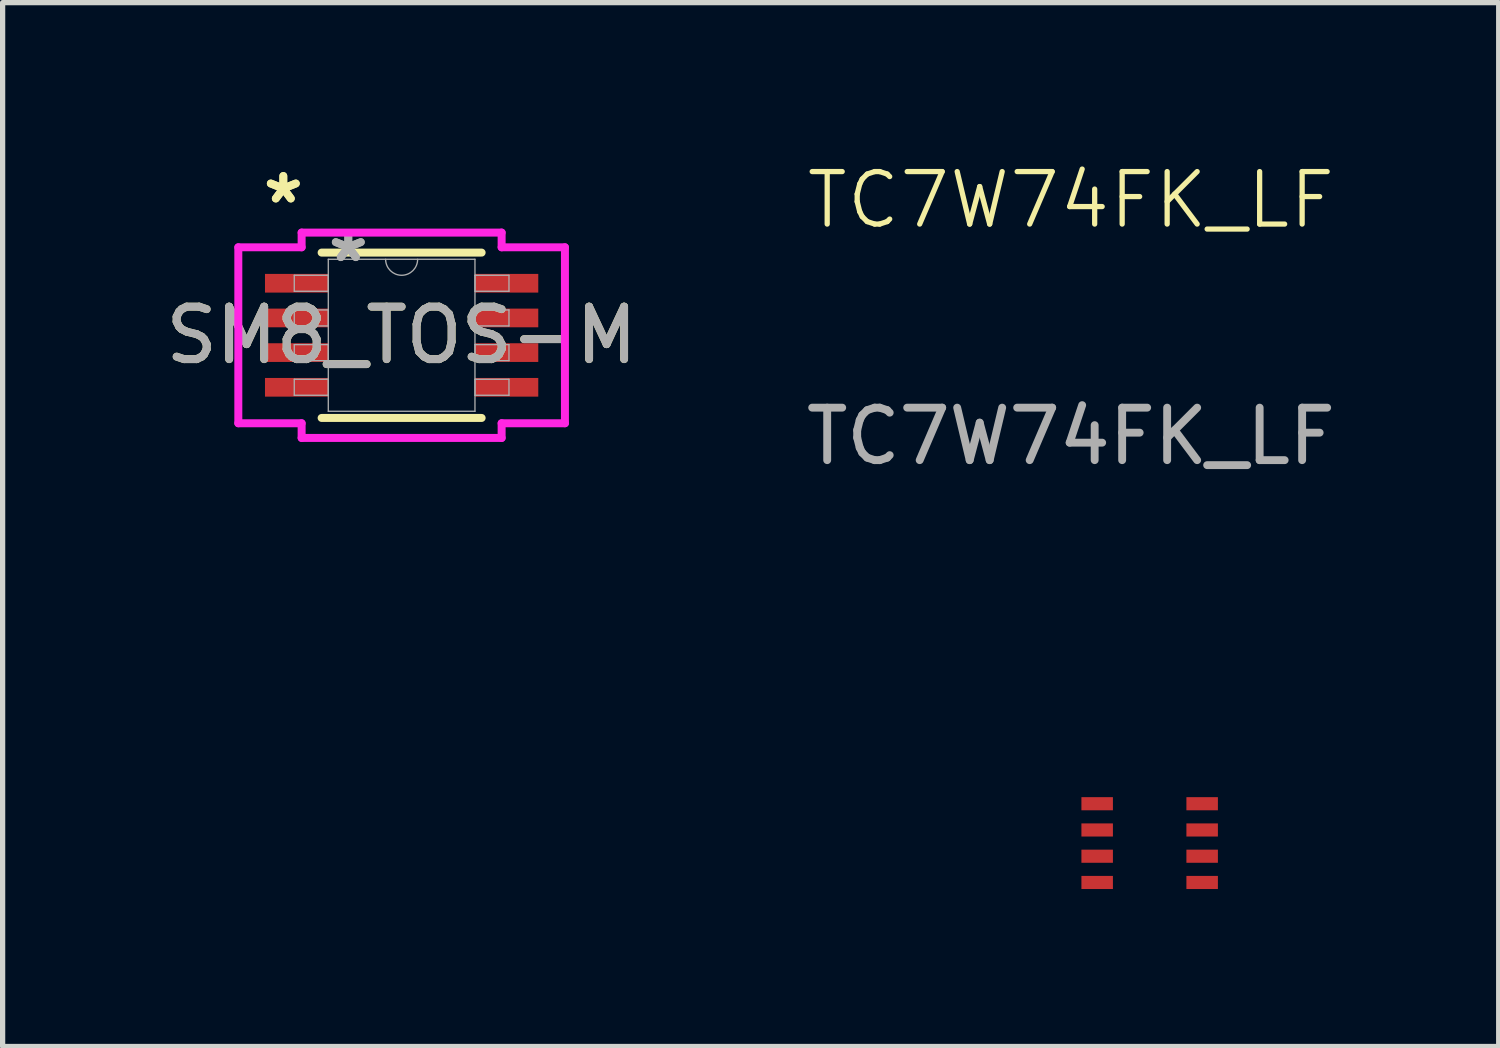
<source format=kicad_pcb>
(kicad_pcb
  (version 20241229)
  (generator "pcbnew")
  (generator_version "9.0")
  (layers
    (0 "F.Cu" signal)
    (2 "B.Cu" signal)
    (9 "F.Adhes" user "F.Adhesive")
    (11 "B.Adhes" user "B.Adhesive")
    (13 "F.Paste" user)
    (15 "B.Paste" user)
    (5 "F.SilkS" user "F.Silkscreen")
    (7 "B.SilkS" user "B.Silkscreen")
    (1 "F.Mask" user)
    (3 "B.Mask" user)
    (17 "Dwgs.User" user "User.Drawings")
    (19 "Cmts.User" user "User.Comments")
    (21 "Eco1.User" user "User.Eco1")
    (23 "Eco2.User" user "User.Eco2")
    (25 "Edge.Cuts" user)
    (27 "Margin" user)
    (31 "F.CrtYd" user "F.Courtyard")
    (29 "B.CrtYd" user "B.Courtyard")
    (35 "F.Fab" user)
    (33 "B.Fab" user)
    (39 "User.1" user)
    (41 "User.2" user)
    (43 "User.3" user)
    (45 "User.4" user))
  (footprint "TC7W74FK_LF"
    (layer "F.Cu")
    (at 17.351 12.261)
    (property "Reference" "TC7W74FK_LF" (at 0 -11.5 0) (unlocked yes) (layer "F.SilkS") (effects (font (size 1 1) (thickness 0.1))))
    (attr smd)
    (fp_text user "${REFERENCE}" (at 0 -7 0) (unlocked yes) (layer "F.Fab") (effects (font (size 1 1) (thickness 0.15))))
    (pad "1" smd rect (at 0.5 0) (size 0.6 0.25) (layers "F.Cu" "F.Mask" "F.Paste"))
    (pad "1" smd rect (at 2.5 0) (size 0.6 0.25) (layers "F.Cu" "F.Mask" "F.Paste"))
    (pad "2" smd rect (at 0.5 0.5) (size 0.6 0.25) (layers "F.Cu" "F.Mask" "F.Paste"))
    (pad "2" smd rect (at 2.5 0.5) (size 0.6 0.25) (layers "F.Cu" "F.Mask" "F.Paste"))
    (pad "3" smd rect (at 0.5 1) (size 0.6 0.25) (layers "F.Cu" "F.Mask" "F.Paste"))
    (pad "3" smd rect (at 2.5 1) (size 0.6 0.25) (layers "F.Cu" "F.Mask" "F.Paste"))
    (pad "4" smd rect (at 0.5 1.5) (size 0.6 0.25) (layers "F.Cu" "F.Mask" "F.Paste"))
    (pad "4" smd rect (at 2.5 1.5) (size 0.6 0.25) (layers "F.Cu" "F.Mask" "F.Paste")))
  (footprint "SM8_TOS-M"
    (layer "F.Cu")
    (at 4.601 3.337)
    (property "Reference" "SM8_TOS-M" (at 0 0 0) (unlocked yes) (layer "F.SilkS") (effects (font (size 1 1) (thickness 0.15))))
    (attr smd)
    (fp_line (start -1.524 1.575) (end 1.524 1.575) (stroke (width 0.152) (type solid)) (layer "F.SilkS"))
    (fp_line (start 1.524 -1.575) (end -1.524 -1.575) (stroke (width 0.152) (type solid)) (layer "F.SilkS"))
    (fp_line (start -3.111 -1.676) (end -1.905 -1.676) (stroke (width 0.152) (type solid)) (layer "F.CrtYd"))
    (fp_line (start -3.111 1.676) (end -3.111 -1.676) (stroke (width 0.152) (type solid)) (layer "F.CrtYd"))
    (fp_line (start -3.111 1.676) (end -1.905 1.676) (stroke (width 0.152) (type solid)) (layer "F.CrtYd"))
    (fp_line (start -1.905 -1.956) (end 1.905 -1.956) (stroke (width 0.152) (type solid)) (layer "F.CrtYd"))
    (fp_line (start -1.905 -1.676) (end -1.905 -1.956) (stroke (width 0.152) (type solid)) (layer "F.CrtYd"))
    (fp_line (start -1.905 1.956) (end -1.905 1.676) (stroke (width 0.152) (type solid)) (layer "F.CrtYd"))
    (fp_line (start 1.905 -1.956) (end 1.905 -1.676) (stroke (width 0.152) (type solid)) (layer "F.CrtYd"))
    (fp_line (start 1.905 1.676) (end 1.905 1.956) (stroke (width 0.152) (type solid)) (layer "F.CrtYd"))
    (fp_line (start 1.905 1.956) (end -1.905 1.956) (stroke (width 0.152) (type solid)) (layer "F.CrtYd"))
    (fp_line (start 3.111 -1.676) (end 1.905 -1.676) (stroke (width 0.152) (type solid)) (layer "F.CrtYd"))
    (fp_line (start 3.111 -1.676) (end 3.111 1.676) (stroke (width 0.152) (type solid)) (layer "F.CrtYd"))
    (fp_line (start 3.111 1.676) (end 1.905 1.676) (stroke (width 0.152) (type solid)) (layer "F.CrtYd"))
    (fp_line (start -2.045 -1.143) (end -2.045 -0.838) (stroke (width 0.025) (type solid)) (layer "F.Fab"))
    (fp_line (start -2.045 -0.838) (end -1.397 -0.838) (stroke (width 0.025) (type solid)) (layer "F.Fab"))
    (fp_line (start -2.045 -0.483) (end -2.045 -0.178) (stroke (width 0.025) (type solid)) (layer "F.Fab"))
    (fp_line (start -2.045 -0.178) (end -1.397 -0.178) (stroke (width 0.025) (type solid)) (layer "F.Fab"))
    (fp_line (start -2.045 0.178) (end -2.045 0.483) (stroke (width 0.025) (type solid)) (layer "F.Fab"))
    (fp_line (start -2.045 0.483) (end -1.397 0.483) (stroke (width 0.025) (type solid)) (layer "F.Fab"))
    (fp_line (start -2.045 0.838) (end -2.045 1.143) (stroke (width 0.025) (type solid)) (layer "F.Fab"))
    (fp_line (start -2.045 1.143) (end -1.397 1.143) (stroke (width 0.025) (type solid)) (layer "F.Fab"))
    (fp_line (start -1.397 -1.448) (end -1.397 1.448) (stroke (width 0.025) (type solid)) (layer "F.Fab"))
    (fp_line (start -1.397 -1.143) (end -2.045 -1.143) (stroke (width 0.025) (type solid)) (layer "F.Fab"))
    (fp_line (start -1.397 -0.838) (end -1.397 -1.143) (stroke (width 0.025) (type solid)) (layer "F.Fab"))
    (fp_line (start -1.397 -0.483) (end -2.045 -0.483) (stroke (width 0.025) (type solid)) (layer "F.Fab"))
    (fp_line (start -1.397 -0.178) (end -1.397 -0.483) (stroke (width 0.025) (type solid)) (layer "F.Fab"))
    (fp_line (start -1.397 0.178) (end -2.045 0.178) (stroke (width 0.025) (type solid)) (layer "F.Fab"))
    (fp_line (start -1.397 0.483) (end -1.397 0.178) (stroke (width 0.025) (type solid)) (layer "F.Fab"))
    (fp_line (start -1.397 0.838) (end -2.045 0.838) (stroke (width 0.025) (type solid)) (layer "F.Fab"))
    (fp_line (start -1.397 1.143) (end -1.397 0.838) (stroke (width 0.025) (type solid)) (layer "F.Fab"))
    (fp_line (start -1.397 1.448) (end 1.397 1.448) (stroke (width 0.025) (type solid)) (layer "F.Fab"))
    (fp_line (start 1.397 -1.448) (end -1.397 -1.448) (stroke (width 0.025) (type solid)) (layer "F.Fab"))
    (fp_line (start 1.397 -1.143) (end 1.397 -0.838) (stroke (width 0.025) (type solid)) (layer "F.Fab"))
    (fp_line (start 1.397 -0.838) (end 2.045 -0.838) (stroke (width 0.025) (type solid)) (layer "F.Fab"))
    (fp_line (start 1.397 -0.483) (end 1.397 -0.178) (stroke (width 0.025) (type solid)) (layer "F.Fab"))
    (fp_line (start 1.397 -0.178) (end 2.045 -0.178) (stroke (width 0.025) (type solid)) (layer "F.Fab"))
    (fp_line (start 1.397 0.178) (end 1.397 0.483) (stroke (width 0.025) (type solid)) (layer "F.Fab"))
    (fp_line (start 1.397 0.483) (end 2.045 0.483) (stroke (width 0.025) (type solid)) (layer "F.Fab"))
    (fp_line (start 1.397 0.838) (end 1.397 1.143) (stroke (width 0.025) (type solid)) (layer "F.Fab"))
    (fp_line (start 1.397 1.143) (end 2.045 1.143) (stroke (width 0.025) (type solid)) (layer "F.Fab"))
    (fp_line (start 1.397 1.448) (end 1.397 -1.448) (stroke (width 0.025) (type solid)) (layer "F.Fab"))
    (fp_line (start 2.045 -1.143) (end 1.397 -1.143) (stroke (width 0.025) (type solid)) (layer "F.Fab"))
    (fp_line (start 2.045 -0.838) (end 2.045 -1.143) (stroke (width 0.025) (type solid)) (layer "F.Fab"))
    (fp_line (start 2.045 -0.483) (end 1.397 -0.483) (stroke (width 0.025) (type solid)) (layer "F.Fab"))
    (fp_line (start 2.045 -0.178) (end 2.045 -0.483) (stroke (width 0.025) (type solid)) (layer "F.Fab"))
    (fp_line (start 2.045 0.178) (end 1.397 0.178) (stroke (width 0.025) (type solid)) (layer "F.Fab"))
    (fp_line (start 2.045 0.483) (end 2.045 0.178) (stroke (width 0.025) (type solid)) (layer "F.Fab"))
    (fp_line (start 2.045 0.838) (end 1.397 0.838) (stroke (width 0.025) (type solid)) (layer "F.Fab"))
    (fp_line (start 2.045 1.143) (end 2.045 0.838) (stroke (width 0.025) (type solid)) (layer "F.Fab"))
    (fp_arc (start 0.3048 -1.4478) (mid 0 -1.143) (end -0.3048 -1.4478) (stroke (width 0.0254) (type solid)) (layer "F.Fab"))
    (fp_text user "*" (at -2.254 -2.489 0) (layer "F.SilkS") (effects (font (size 1 1) (thickness 0.15))))
    (fp_text user "*" (at -2.254 -2.489 0) (unlocked yes) (layer "F.SilkS") (effects (font (size 1 1) (thickness 0.15))))
    (fp_text user "${REFERENCE}" (at 0 0 0) (unlocked yes) (layer "F.Fab") (effects (font (size 1 1) (thickness 0.15))))
    (fp_text user "*" (at -1.016 -1.372 0) (layer "F.Fab") (effects (font (size 1 1) (thickness 0.15))))
    (fp_text user "*" (at -1.016 -1.372 0) (unlocked yes) (layer "F.Fab") (effects (font (size 1 1) (thickness 0.15))))
    (pad "1" smd rect (at -2 -0.991) (size 1.206 0.356) (layers "F.Cu" "F.Mask" "F.Paste"))
    (pad "2" smd rect (at -2 -0.33) (size 1.206 0.356) (layers "F.Cu" "F.Mask" "F.Paste"))
    (pad "3" smd rect (at -2 0.33) (size 1.206 0.356) (layers "F.Cu" "F.Mask" "F.Paste"))
    (pad "4" smd rect (at -2 0.991) (size 1.206 0.356) (layers "F.Cu" "F.Mask" "F.Paste"))
    (pad "5" smd rect (at 2 0.991) (size 1.206 0.356) (layers "F.Cu" "F.Mask" "F.Paste"))
    (pad "6" smd rect (at 2 0.33) (size 1.206 0.356) (layers "F.Cu" "F.Mask" "F.Paste"))
    (pad "7" smd rect (at 2 -0.33) (size 1.206 0.356) (layers "F.Cu" "F.Mask" "F.Paste"))
    (pad "8" smd rect (at 2 -0.991) (size 1.206 0.356) (layers "F.Cu" "F.Mask" "F.Paste")))
  (gr_rect
    (start -3 -3)
    (end 25.5 16.886)
    (stroke (width 0.1) (type default))
    (fill no)
    (layer "Edge.Cuts")))
</source>
